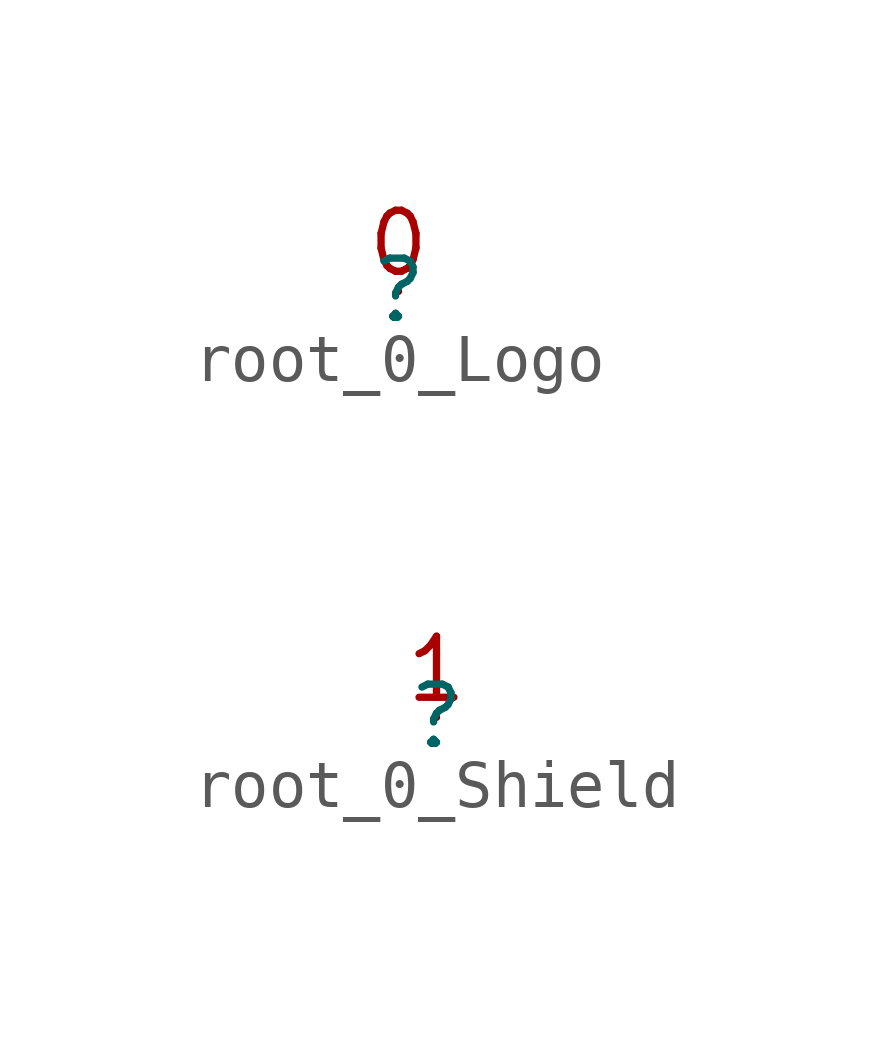
<source format=kicad_sym>
(kicad_symbol_lib
  (version 20231120)
  (generator "kicad_symbol_editor")
  (generator_version "8.0")
  (symbol "root_0_Logo"
    (property "Reference" ""
      (at 0 0 0)
      (effects (font (size 1.27 1.27))))
    (property "Value" ""
      (at 0 0 0)
      (effects (font (size 1.27 1.27))))
    (symbol "root_0_Logo_1_0"
      (pin passive line (at 0 0 180) (length 0) (name "0" (effects (font (size 0 0)))) (number "0" (effects (font (size 1.27 1.27)))))))
  (symbol "root_0_Shield"
    (property "Reference" ""
      (at 0 0 0)
      (effects (font (size 1.27 1.27))))
    (property "Value" ""
      (at 0 0 0)
      (effects (font (size 1.27 1.27))))
    (symbol "root_0_Shield_1_0"
      (pin passive line (at 0 0 180) (length 0) (name "1" (effects (font (size 0 0)))) (number "1" (effects (font (size 1.27 1.27))))))))
</source>
